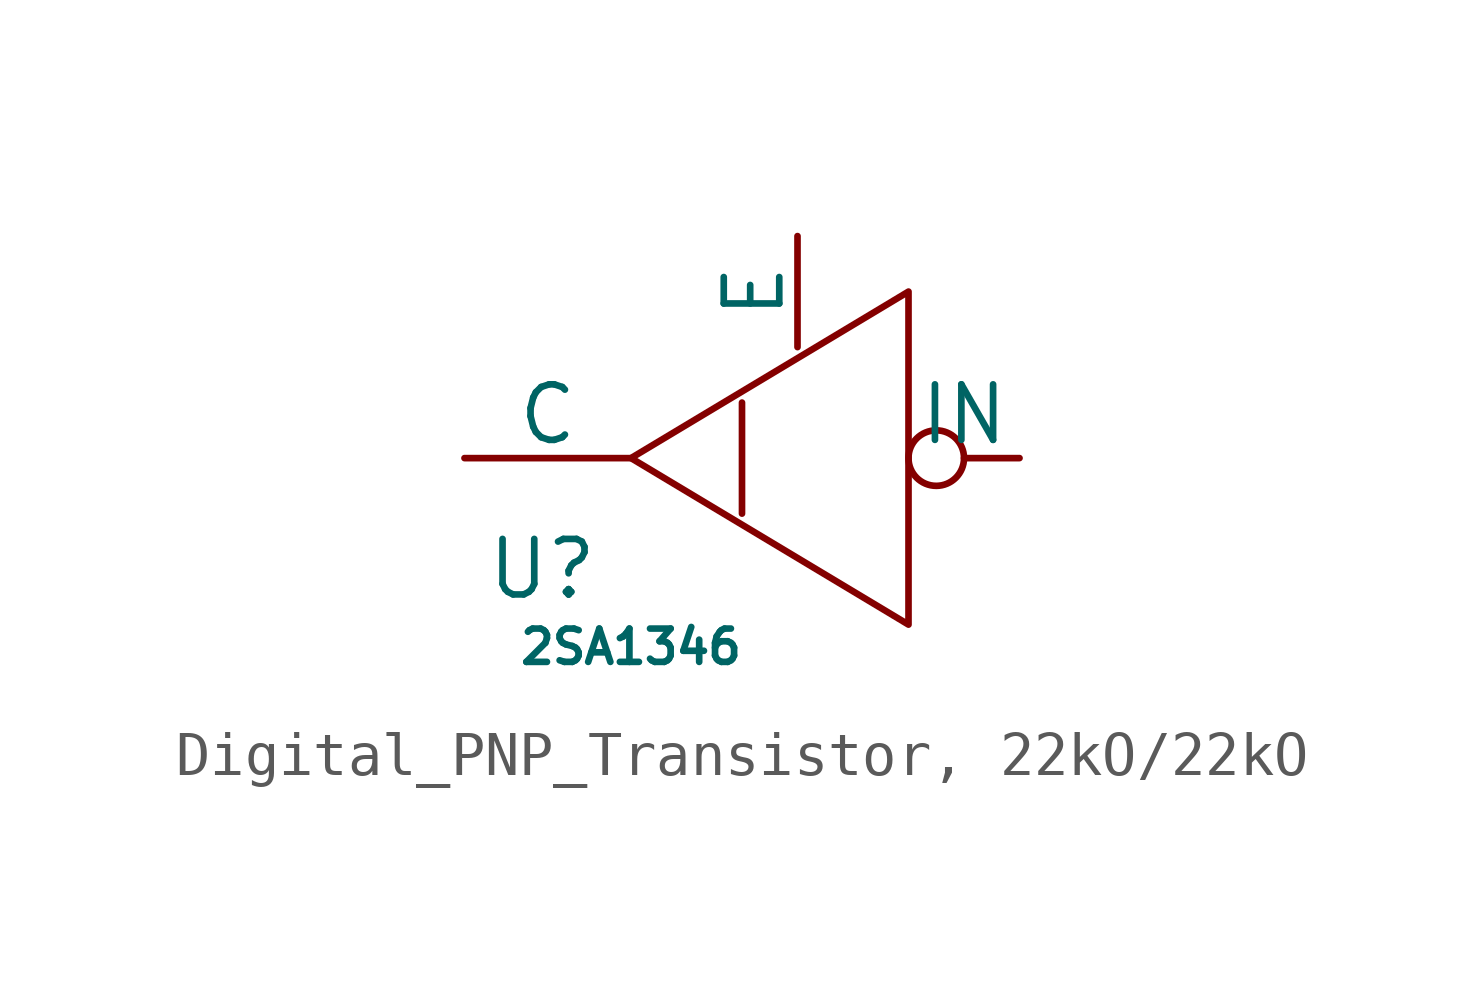
<source format=kicad_sym>
(kicad_symbol_lib
  (version 20241209)
  (generator "kicad_symbol_editor")
  (generator_version "9.0")
  (symbol "Digital_PNP_Transistor, 22kO/22kO"
    (pin_names
      (offset 0))
    (property "Reference" "U"
      (at -5.842 -2.54 0)
      (effects (font (size 1.27 1.27))))
    (property "Value" "2SA1346"
      (at -3.81 -4.318 0)
      (effects (font (size 0.762 0.762))))
    (symbol "Digital_PNP_Transistor, 22kO/22kO_0_1"
      (polyline (pts (xy -1.27 1.27) (xy -1.27 -1.27)) (stroke (width 0) (type default)) (fill (type none)))
      (polyline (pts (xy 2.54 3.81) (xy 2.54 -3.81) (xy -3.81 0) (xy 2.54 3.81)) (stroke (width 0) (type default)) (fill (type none))))
    (symbol "Digital_PNP_Transistor, 22kO/22kO_1_1"
      (pin input line (at -7.62 0 0) (length 3.81) (name "C" (effects (font (size 1.27 1.27)))) (number "" (effects (font (size 1.27 1.27)))))
      (pin input line (at 0 5.08 270) (length 2.54) (name "E" (effects (font (size 1.27 1.27)))) (number "" (effects (font (size 1.27 1.27)))))
      (pin input inverted (at 5.08 0 180) (length 2.54) (name "IN" (effects (font (size 1.27 1.27)))) (number "" (effects (font (size 1.27 1.27))))))))
</source>
